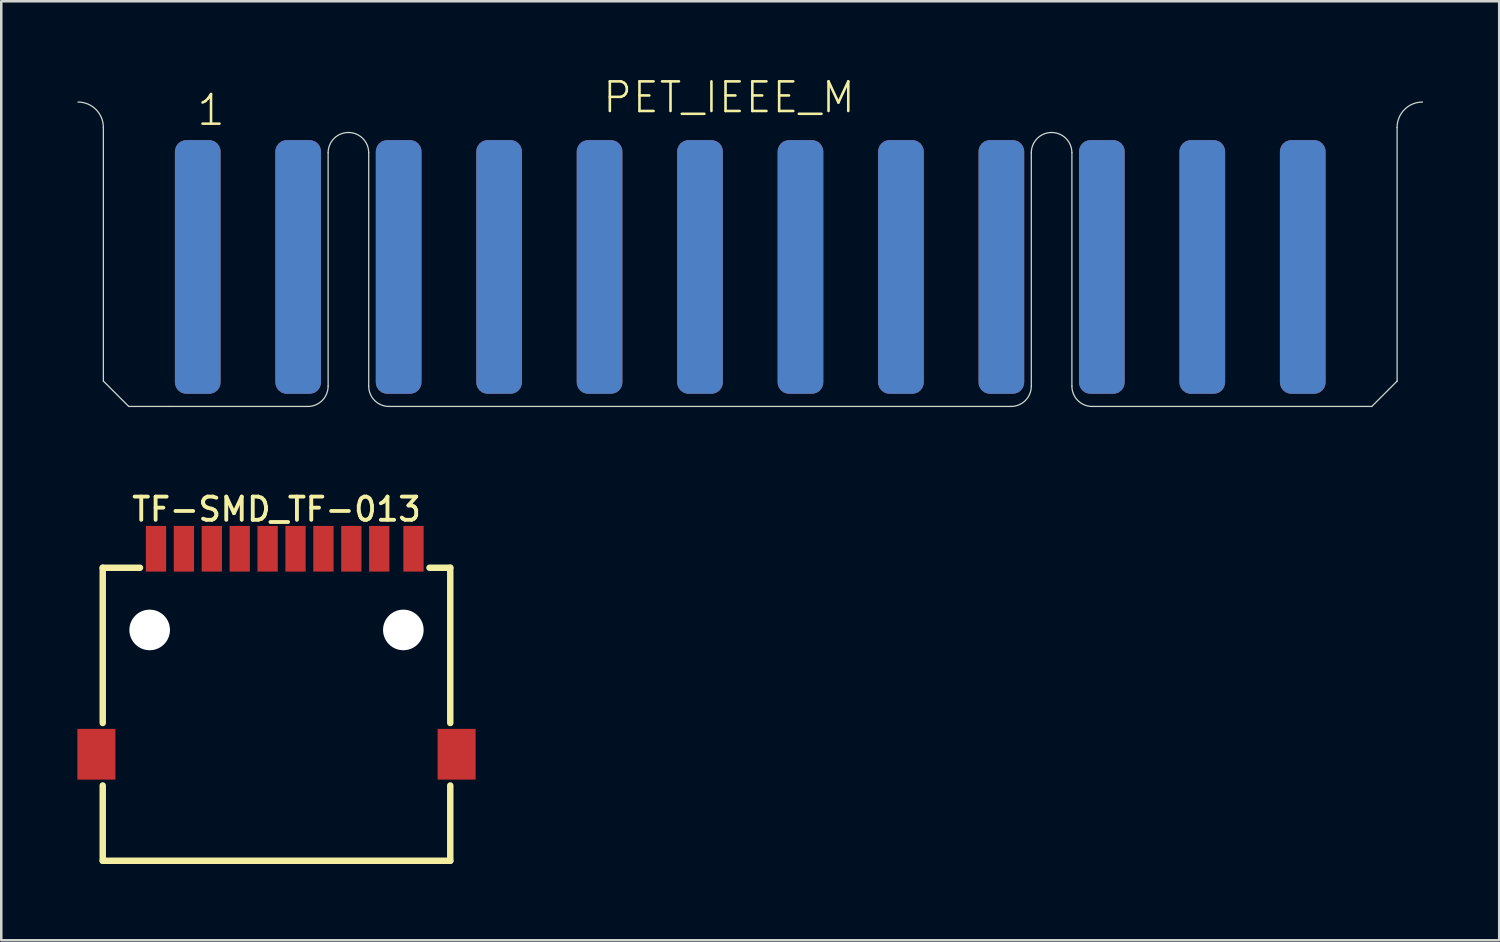
<source format=kicad_pcb>
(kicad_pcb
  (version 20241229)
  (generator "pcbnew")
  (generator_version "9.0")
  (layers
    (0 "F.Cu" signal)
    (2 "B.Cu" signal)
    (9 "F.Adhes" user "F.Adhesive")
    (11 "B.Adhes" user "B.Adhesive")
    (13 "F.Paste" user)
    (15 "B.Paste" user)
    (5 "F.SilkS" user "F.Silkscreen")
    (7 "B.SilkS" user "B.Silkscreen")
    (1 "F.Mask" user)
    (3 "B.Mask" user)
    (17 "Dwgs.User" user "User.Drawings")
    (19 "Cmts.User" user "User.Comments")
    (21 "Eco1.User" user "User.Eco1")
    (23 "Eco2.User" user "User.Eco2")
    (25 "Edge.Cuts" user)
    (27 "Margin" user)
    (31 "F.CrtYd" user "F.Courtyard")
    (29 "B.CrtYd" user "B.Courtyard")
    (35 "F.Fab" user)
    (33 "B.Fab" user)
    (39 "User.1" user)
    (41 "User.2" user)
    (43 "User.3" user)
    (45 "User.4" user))
  (footprint "PET_IEEE_M"
    (layer "F.Cu")
    (at 26.525 12.973)
    (property "Reference" "PET_IEEE_M" (at -5.88 -11.5 0) (unlocked yes) (layer "F.SilkS") (effects (font (size 1.168 1.168) (thickness 0.102)) (justify left bottom)))
    (fp_line (start -25.5 -1) (end -25.5 -11) (stroke (width 0.05) (type solid)) (layer "Edge.Cuts"))
    (fp_line (start -25.5 -1) (end -24.5 0) (stroke (width 0.05) (type solid)) (layer "Edge.Cuts"))
    (fp_line (start -22.88 0) (end -24.5 0) (stroke (width 0.05) (type solid)) (layer "Edge.Cuts"))
    (fp_line (start -22.88 0) (end -17.44 0) (stroke (width 0.05) (type solid)) (layer "Edge.Cuts"))
    (fp_line (start -16.64 -0.8) (end -16.64 -10) (stroke (width 0.05) (type solid)) (layer "Edge.Cuts"))
    (fp_line (start -15.04 -10) (end -15.04 -0.8) (stroke (width 0.05) (type solid)) (layer "Edge.Cuts"))
    (fp_line (start -14.24 0) (end 10.28 0) (stroke (width 0.05) (type solid)) (layer "Edge.Cuts"))
    (fp_line (start 11.08 -0.8) (end 11.08 -10) (stroke (width 0.05) (type solid)) (layer "Edge.Cuts"))
    (fp_line (start 12.68 -10) (end 12.68 -0.8) (stroke (width 0.05) (type solid)) (layer "Edge.Cuts"))
    (fp_line (start 24.5 0) (end 13.48 0) (stroke (width 0.05) (type solid)) (layer "Edge.Cuts"))
    (fp_line (start 25.5 -1) (end 24.5 0) (stroke (width 0.05) (type solid)) (layer "Edge.Cuts"))
    (fp_line (start 25.5 -1) (end 25.5 -11) (stroke (width 0.05) (type solid)) (layer "Edge.Cuts"))
    (fp_arc (start -26.5 -12) (mid -25.792893 -11.707107) (end -25.5 -11) (stroke (width 0.05) (type solid)) (layer "Edge.Cuts"))
    (fp_arc (start -16.64 -10) (mid -16.405685 -10.565685) (end -15.84 -10.8) (stroke (width 0.05) (type solid)) (layer "Edge.Cuts"))
    (fp_arc (start -16.64 -0.8) (mid -16.874315 -0.234315) (end -17.44 0) (stroke (width 0.05) (type solid)) (layer "Edge.Cuts"))
    (fp_arc (start -15.84 -10.8) (mid -15.274315 -10.565685) (end -15.04 -10) (stroke (width 0.05) (type solid)) (layer "Edge.Cuts"))
    (fp_arc (start -14.24 0) (mid -14.805685 -0.234315) (end -15.04 -0.8) (stroke (width 0.05) (type solid)) (layer "Edge.Cuts"))
    (fp_arc (start 11.08 -10) (mid 11.314315 -10.565685) (end 11.88 -10.8) (stroke (width 0.05) (type solid)) (layer "Edge.Cuts"))
    (fp_arc (start 11.08 -0.8) (mid 10.845685 -0.234315) (end 10.28 0) (stroke (width 0.05) (type solid)) (layer "Edge.Cuts"))
    (fp_arc (start 11.88 -10.8) (mid 12.445685 -10.565685) (end 12.68 -10) (stroke (width 0.05) (type solid)) (layer "Edge.Cuts"))
    (fp_arc (start 13.48 0) (mid 12.914315 -0.234315) (end 12.68 -0.8) (stroke (width 0.05) (type solid)) (layer "Edge.Cuts"))
    (fp_arc (start 25.5 -11) (mid 25.792893 -11.707107) (end 26.5 -12) (stroke (width 0.05) (type solid)) (layer "Edge.Cuts"))
    (fp_text user "1" (at -21.88 -11 0) (unlocked yes) (layer "F.SilkS") (effects (font (size 1.168 1.168) (thickness 0.102)) (justify left bottom)))
    (pad "1" smd roundrect (at -21.78 -5.5) (size 1.8 10) (layers "F.Cu" "F.Mask") (roundrect_rratio 0.25))
    (pad "2" smd roundrect (at -17.82 -5.5) (size 1.8 10) (layers "F.Cu" "F.Mask") (roundrect_rratio 0.25))
    (pad "3" smd roundrect (at -13.86 -5.5) (size 1.8 10) (layers "F.Cu" "F.Mask") (roundrect_rratio 0.25))
    (pad "4" smd roundrect (at -9.9 -5.5) (size 1.8 10) (layers "F.Cu" "F.Mask") (roundrect_rratio 0.25))
    (pad "5" smd roundrect (at -5.94 -5.5) (size 1.8 10) (layers "F.Cu" "F.Mask") (roundrect_rratio 0.25))
    (pad "6" smd roundrect (at -1.98 -5.5) (size 1.8 10) (layers "F.Cu" "F.Mask") (roundrect_rratio 0.25))
    (pad "7" smd roundrect (at 1.98 -5.5) (size 1.8 10) (layers "F.Cu" "F.Mask") (roundrect_rratio 0.25))
    (pad "8" smd roundrect (at 5.94 -5.5) (size 1.8 10) (layers "F.Cu" "F.Mask") (roundrect_rratio 0.25))
    (pad "9" smd roundrect (at 9.9 -5.5) (size 1.8 10) (layers "F.Cu" "F.Mask") (roundrect_rratio 0.25))
    (pad "10" smd roundrect (at 13.86 -5.5) (size 1.8 10) (layers "F.Cu" "F.Mask") (roundrect_rratio 0.25))
    (pad "11" smd roundrect (at 17.82 -5.5) (size 1.8 10) (layers "F.Cu" "F.Mask") (roundrect_rratio 0.25))
    (pad "12" smd roundrect (at 21.78 -5.5) (size 1.8 10) (layers "F.Cu" "F.Mask") (roundrect_rratio 0.25))
    (pad "A" smd roundrect (at -21.78 -5.5 180) (size 1.8 10) (layers "B.Cu" "B.Mask") (roundrect_rratio 0.25))
    (pad "B" smd roundrect (at -17.82 -5.5 180) (size 1.8 10) (layers "B.Cu" "B.Mask") (roundrect_rratio 0.25))
    (pad "C" smd roundrect (at -13.86 -5.5 180) (size 1.8 10) (layers "B.Cu" "B.Mask") (roundrect_rratio 0.25))
    (pad "D" smd roundrect (at -9.9 -5.5 180) (size 1.8 10) (layers "B.Cu" "B.Mask") (roundrect_rratio 0.25))
    (pad "E" smd roundrect (at -5.94 -5.5 180) (size 1.8 10) (layers "B.Cu" "B.Mask") (roundrect_rratio 0.25))
    (pad "F" smd roundrect (at -1.98 -5.5 180) (size 1.8 10) (layers "B.Cu" "B.Mask") (roundrect_rratio 0.25))
    (pad "H" smd roundrect (at 1.98 -5.5 180) (size 1.8 10) (layers "B.Cu" "B.Mask") (roundrect_rratio 0.25))
    (pad "J" smd roundrect (at 5.94 -5.5 180) (size 1.8 10) (layers "B.Cu" "B.Mask") (roundrect_rratio 0.25))
    (pad "K" smd roundrect (at 9.9 -5.5 180) (size 1.8 10) (layers "B.Cu" "B.Mask") (roundrect_rratio 0.25))
    (pad "L" smd roundrect (at 13.86 -5.5 180) (size 1.8 10) (layers "B.Cu" "B.Mask") (roundrect_rratio 0.25))
    (pad "M" smd roundrect (at 17.82 -5.5 180) (size 1.8 10) (layers "B.Cu" "B.Mask") (roundrect_rratio 0.25))
    (pad "N" smd roundrect (at 21.78 -5.5 180) (size 1.8 10) (layers "B.Cu" "B.Mask") (roundrect_rratio 0.25)))
  (footprint "TF-SMD_TF-013"
    (layer "F.Cu")
    (at 7.85 22.633)
    (property "Reference" "TF-SMD_TF-013" (at 0 -5.607 0) (layer "F.SilkS") (effects (font (size 0.914 0.914) (thickness 0.152))))
    (fp_line (start -6.85 -3.302) (end -5.381 -3.302) (stroke (width 0.254) (type default)) (layer "F.SilkS"))
    (fp_line (start -6.85 2.819) (end -6.85 -3.302) (stroke (width 0.254) (type default)) (layer "F.SilkS"))
    (fp_line (start -6.85 8.25) (end -6.85 5.281) (stroke (width 0.254) (type default)) (layer "F.SilkS"))
    (fp_line (start -6.85 8.25) (end 6.85 8.25) (stroke (width 0.254) (type default)) (layer "F.SilkS"))
    (fp_line (start 6.85 -3.302) (end 6.031 -3.302) (stroke (width 0.254) (type default)) (layer "F.SilkS"))
    (fp_line (start 6.85 2.819) (end 6.85 -3.302) (stroke (width 0.254) (type default)) (layer "F.SilkS"))
    (fp_line (start 6.85 8.25) (end 6.85 5.281) (stroke (width 0.254) (type default)) (layer "F.SilkS"))
    (fp_circle (center -5 -0.85) (end -4.675 -0.85) (stroke (width 0.65) (type default)) (fill no) (layer "Dwgs.User"))
    (fp_circle (center 5 -0.85) (end 5.325 -0.85) (stroke (width 0.65) (type default)) (fill no) (layer "Dwgs.User"))
    (fp_circle (center 7.3 -4.495) (end 7.33 -4.495) (stroke (width 0.06) (type default)) (fill no) (layer "User.5"))
    (pad "" np_thru_hole circle (at -5 -0.85) (size 1.6 1.6) (drill 1.6) (layers "*.Cu" "*.Mask"))
    (pad "" np_thru_hole circle (at 5 -0.85) (size 1.6 1.6) (drill 1.6) (layers "*.Cu" "*.Mask"))
    (pad "1" smd rect (at 2.95 -4.05) (size 0.8 1.8) (layers "F.Cu" "F.Mask" "F.Paste"))
    (pad "2" smd rect (at 1.85 -4.05) (size 0.8 1.8) (layers "F.Cu" "F.Mask" "F.Paste"))
    (pad "3" smd rect (at 0.75 -4.05) (size 0.8 1.8) (layers "F.Cu" "F.Mask" "F.Paste"))
    (pad "4" smd rect (at -0.35 -4.05) (size 0.8 1.8) (layers "F.Cu" "F.Mask" "F.Paste"))
    (pad "5" smd rect (at -1.45 -4.05) (size 0.8 1.8) (layers "F.Cu" "F.Mask" "F.Paste"))
    (pad "6" smd rect (at -2.55 -4.05) (size 0.8 1.8) (layers "F.Cu" "F.Mask" "F.Paste"))
    (pad "7" smd rect (at -3.65 -4.05) (size 0.8 1.8) (layers "F.Cu" "F.Mask" "F.Paste"))
    (pad "8" smd rect (at -4.75 -4.05) (size 0.8 1.8) (layers "F.Cu" "F.Mask" "F.Paste"))
    (pad "9" smd rect (at 4.05 -4.05) (size 0.8 1.8) (layers "F.Cu" "F.Mask" "F.Paste"))
    (pad "10" smd rect (at 5.4 -4.05) (size 0.8 1.8) (layers "F.Cu" "F.Mask" "F.Paste"))
    (pad "11" smd rect (at -7.1 4.05) (size 1.5 2) (layers "F.Cu" "F.Mask" "F.Paste"))
    (pad "12" smd rect (at 7.1 4.05) (size 1.5 2) (layers "F.Cu" "F.Mask" "F.Paste"))
    (zone (net_name "") (layer "F.SilkS") (hatch edge 0.5) (priority 100) (connect_pads yes) (min_thickness 0) (filled_areas_thickness no) (fill yes) (polygon (pts (xy 3.786 31.015) (xy 3.913 30.883) (xy 3.918 30.883))) (filled_polygon (layer "F.SilkS") (island) (pts (xy 3.786 31.015) (xy 3.913 30.883) (xy 3.918 30.883))))
    (zone (net_name "") (layer "Dwgs.User") (hatch edge 0.5) (priority 100) (connect_pads yes) (min_thickness 0) (filled_areas_thickness no) (fill yes) (polygon (pts (arc (start 8.1041 28.982786) (mid 10.10343 29.380477) (end 11.7984 30.512986)) (xy 12.168 30.883) (xy 3.918 30.883) (arc (start 4.2016 30.599286) (mid 5.992077 29.402903) (end 8.1041 28.982786)))) (filled_polygon (layer "Dwgs.User") (island) (pts (arc (start 8.1041 28.982786) (mid 10.10343 29.380477) (end 11.7984 30.512986)) (xy 12.168 30.883) (xy 3.918 30.883) (arc (start 4.2016 30.599286) (mid 5.992077 29.402903) (end 8.1041 28.982786)))))
    (zone (net_name "") (layer "User.3") (hatch edge 0.5) (priority 100) (connect_pads yes) (min_thickness 0) (filled_areas_thickness no) (fill yes) (polygon (pts (xy 0.992 30.761) (xy 0.992 19.261) (xy 14.692 19.261) (xy 14.692 30.761))) (filled_polygon (layer "User.3") (island) (pts (xy 0.992 30.761) (xy 0.992 19.261) (xy 14.692 19.261) (xy 14.692 30.761))))
    (zone (net_name "") (layer "User.4") (hatch edge 0.5) (priority 100) (connect_pads yes) (min_thickness 0) (filled_areas_thickness no) (fill yes) (polygon (pts (xy 0.55 26.083) (xy 1.2 26.083) (xy 1.2 27.283) (xy 0.55 27.283))) (filled_polygon (layer "User.4") (island) (pts (xy 0.55 26.083) (xy 1.2 26.083) (xy 1.2 27.283) (xy 0.55 27.283))))
    (zone (net_name "") (layer "User.4") (hatch edge 0.5) (priority 100) (connect_pads yes) (min_thickness 0) (filled_areas_thickness no) (fill yes) (polygon (pts (xy 2.925 18.137) (xy 3.275 18.137) (xy 3.275 19.287) (xy 2.925 19.287))) (filled_polygon (layer "User.4") (island) (pts (xy 2.925 18.137) (xy 3.275 18.137) (xy 3.275 19.287) (xy 2.925 19.287))))
    (zone (net_name "") (layer "User.4") (hatch edge 0.5) (priority 100) (connect_pads yes) (min_thickness 0) (filled_areas_thickness no) (fill yes) (polygon (pts (xy 2.925 18.137) (xy 3.275 18.137) (xy 3.275 19.287) (xy 2.925 19.287))) (filled_polygon (layer "User.4") (island) (pts (xy 2.925 18.137) (xy 3.275 18.137) (xy 3.275 19.287) (xy 2.925 19.287))))
    (zone (net_name "") (layer "User.4") (hatch edge 0.5) (priority 100) (connect_pads yes) (min_thickness 0) (filled_areas_thickness no) (fill yes) (polygon (pts (xy 4.025 18.137) (xy 4.375 18.137) (xy 4.375 19.287) (xy 4.025 19.287))) (filled_polygon (layer "User.4") (island) (pts (xy 4.025 18.137) (xy 4.375 18.137) (xy 4.375 19.287) (xy 4.025 19.287))))
    (zone (net_name "") (layer "User.4") (hatch edge 0.5) (priority 100) (connect_pads yes) (min_thickness 0) (filled_areas_thickness no) (fill yes) (polygon (pts (xy 4.025 18.137) (xy 4.375 18.137) (xy 4.375 19.287) (xy 4.025 19.287))) (filled_polygon (layer "User.4") (island) (pts (xy 4.025 18.137) (xy 4.375 18.137) (xy 4.375 19.287) (xy 4.025 19.287))))
    (zone (net_name "") (layer "User.4") (hatch edge 0.5) (priority 100) (connect_pads yes) (min_thickness 0) (filled_areas_thickness no) (fill yes) (polygon (pts (xy 5.125 18.137) (xy 5.475 18.137) (xy 5.475 19.287) (xy 5.125 19.287))) (filled_polygon (layer "User.4") (island) (pts (xy 5.125 18.137) (xy 5.475 18.137) (xy 5.475 19.287) (xy 5.125 19.287))))
    (zone (net_name "") (layer "User.4") (hatch edge 0.5) (priority 100) (connect_pads yes) (min_thickness 0) (filled_areas_thickness no) (fill yes) (polygon (pts (xy 5.125 18.137) (xy 5.475 18.137) (xy 5.475 19.287) (xy 5.125 19.287))) (filled_polygon (layer "User.4") (island) (pts (xy 5.125 18.137) (xy 5.475 18.137) (xy 5.475 19.287) (xy 5.125 19.287))))
    (zone (net_name "") (layer "User.4") (hatch edge 0.5) (priority 100) (connect_pads yes) (min_thickness 0) (filled_areas_thickness no) (fill yes) (polygon (pts (xy 6.225 18.137) (xy 6.575 18.137) (xy 6.575 19.287) (xy 6.225 19.287))) (filled_polygon (layer "User.4") (island) (pts (xy 6.225 18.137) (xy 6.575 18.137) (xy 6.575 19.287) (xy 6.225 19.287))))
    (zone (net_name "") (layer "User.4") (hatch edge 0.5) (priority 100) (connect_pads yes) (min_thickness 0) (filled_areas_thickness no) (fill yes) (polygon (pts (xy 6.225 18.137) (xy 6.575 18.137) (xy 6.575 19.287) (xy 6.225 19.287))) (filled_polygon (layer "User.4") (island) (pts (xy 6.225 18.137) (xy 6.575 18.137) (xy 6.575 19.287) (xy 6.225 19.287))))
    (zone (net_name "") (layer "User.4") (hatch edge 0.5) (priority 100) (connect_pads yes) (min_thickness 0) (filled_areas_thickness no) (fill yes) (polygon (pts (xy 7.325 18.137) (xy 7.675 18.137) (xy 7.675 19.287) (xy 7.325 19.287))) (filled_polygon (layer "User.4") (island) (pts (xy 7.325 18.137) (xy 7.675 18.137) (xy 7.675 19.287) (xy 7.325 19.287))))
    (zone (net_name "") (layer "User.4") (hatch edge 0.5) (priority 100) (connect_pads yes) (min_thickness 0) (filled_areas_thickness no) (fill yes) (polygon (pts (xy 7.325 18.137) (xy 7.675 18.137) (xy 7.675 19.287) (xy 7.325 19.287))) (filled_polygon (layer "User.4") (island) (pts (xy 7.325 18.137) (xy 7.675 18.137) (xy 7.675 19.287) (xy 7.325 19.287))))
    (zone (net_name "") (layer "User.4") (hatch edge 0.5) (priority 100) (connect_pads yes) (min_thickness 0) (filled_areas_thickness no) (fill yes) (polygon (pts (xy 8.425 18.137) (xy 8.775 18.137) (xy 8.775 19.287) (xy 8.425 19.287))) (filled_polygon (layer "User.4") (island) (pts (xy 8.425 18.137) (xy 8.775 18.137) (xy 8.775 19.287) (xy 8.425 19.287))))
    (zone (net_name "") (layer "User.4") (hatch edge 0.5) (priority 100) (connect_pads yes) (min_thickness 0) (filled_areas_thickness no) (fill yes) (polygon (pts (xy 8.425 18.137) (xy 8.775 18.137) (xy 8.775 19.287) (xy 8.425 19.287))) (filled_polygon (layer "User.4") (island) (pts (xy 8.425 18.137) (xy 8.775 18.137) (xy 8.775 19.287) (xy 8.425 19.287))))
    (zone (net_name "") (layer "User.4") (hatch edge 0.5) (priority 100) (connect_pads yes) (min_thickness 0) (filled_areas_thickness no) (fill yes) (polygon (pts (xy 9.525 18.137) (xy 9.875 18.137) (xy 9.875 19.287) (xy 9.525 19.287))) (filled_polygon (layer "User.4") (island) (pts (xy 9.525 18.137) (xy 9.875 18.137) (xy 9.875 19.287) (xy 9.525 19.287))))
    (zone (net_name "") (layer "User.4") (hatch edge 0.5) (priority 100) (connect_pads yes) (min_thickness 0) (filled_areas_thickness no) (fill yes) (polygon (pts (xy 9.525 18.137) (xy 9.875 18.137) (xy 9.875 19.287) (xy 9.525 19.287))) (filled_polygon (layer "User.4") (island) (pts (xy 9.525 18.137) (xy 9.875 18.137) (xy 9.875 19.287) (xy 9.525 19.287))))
    (zone (net_name "") (layer "User.4") (hatch edge 0.5) (priority 100) (connect_pads yes) (min_thickness 0) (filled_areas_thickness no) (fill yes) (polygon (pts (xy 10.625 18.137) (xy 10.975 18.137) (xy 10.975 19.287) (xy 10.625 19.287))) (filled_polygon (layer "User.4") (island) (pts (xy 10.625 18.137) (xy 10.975 18.137) (xy 10.975 19.287) (xy 10.625 19.287))))
    (zone (net_name "") (layer "User.4") (hatch edge 0.5) (priority 100) (connect_pads yes) (min_thickness 0) (filled_areas_thickness no) (fill yes) (polygon (pts (xy 10.625 18.137) (xy 10.975 18.137) (xy 10.975 19.287) (xy 10.625 19.287))) (filled_polygon (layer "User.4") (island) (pts (xy 10.625 18.137) (xy 10.975 18.137) (xy 10.975 19.287) (xy 10.625 19.287))))
    (zone (net_name "") (layer "User.4") (hatch edge 0.5) (priority 100) (connect_pads yes) (min_thickness 0) (filled_areas_thickness no) (fill yes) (polygon (pts (xy 11.725 18.137) (xy 12.075 18.137) (xy 12.075 19.287) (xy 11.725 19.287))) (filled_polygon (layer "User.4") (island) (pts (xy 11.725 18.137) (xy 12.075 18.137) (xy 12.075 19.287) (xy 11.725 19.287))))
    (zone (net_name "") (layer "User.4") (hatch edge 0.5) (priority 100) (connect_pads yes) (min_thickness 0) (filled_areas_thickness no) (fill yes) (polygon (pts (xy 11.725 18.137) (xy 12.075 18.137) (xy 12.075 19.287) (xy 11.725 19.287))) (filled_polygon (layer "User.4") (island) (pts (xy 11.725 18.137) (xy 12.075 18.137) (xy 12.075 19.287) (xy 11.725 19.287))))
    (zone (net_name "") (layer "User.4") (hatch edge 0.5) (priority 100) (connect_pads yes) (min_thickness 0) (filled_areas_thickness no) (fill yes) (polygon (pts (xy 13.075 18.137) (xy 13.425 18.137) (xy 13.425 19.287) (xy 13.075 19.287))) (filled_polygon (layer "User.4") (island) (pts (xy 13.075 18.137) (xy 13.425 18.137) (xy 13.425 19.287) (xy 13.075 19.287))))
    (zone (net_name "") (layer "User.4") (hatch edge 0.5) (priority 100) (connect_pads yes) (min_thickness 0) (filled_areas_thickness no) (fill yes) (polygon (pts (xy 13.075 18.137) (xy 13.425 18.137) (xy 13.425 19.287) (xy 13.075 19.287))) (filled_polygon (layer "User.4") (island) (pts (xy 13.075 18.137) (xy 13.425 18.137) (xy 13.425 19.287) (xy 13.075 19.287))))
    (zone (net_name "") (layer "User.4") (hatch edge 0.5) (priority 100) (connect_pads yes) (min_thickness 0) (filled_areas_thickness no) (fill yes) (polygon (pts (xy 14.5 26.083) (xy 15.15 26.083) (xy 15.15 27.283) (xy 14.5 27.283))) (filled_polygon (layer "User.4") (island) (pts (xy 14.5 26.083) (xy 15.15 26.083) (xy 15.15 27.283) (xy 14.5 27.283)))))
  (gr_rect
    (start -3 -3)
    (end 56.05 34.015)
    (stroke (width 0.1) (type default))
    (fill no)
    (layer "Edge.Cuts")))
</source>
